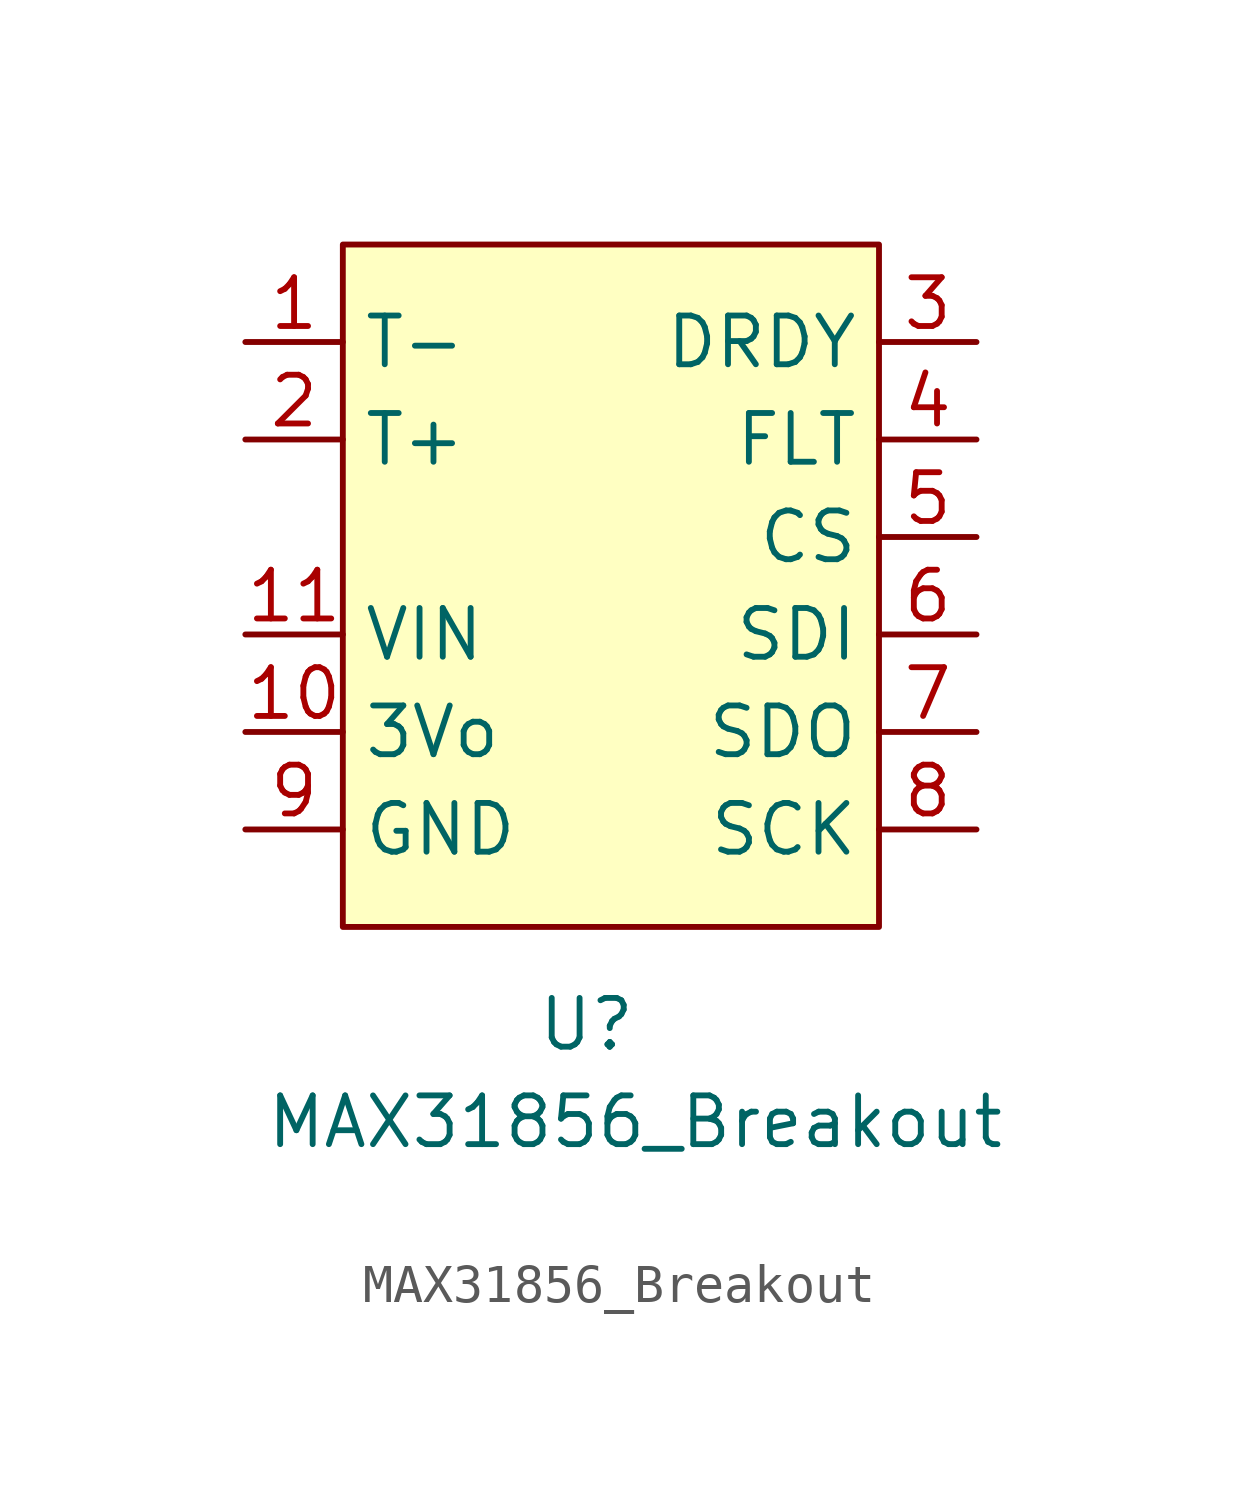
<source format=kicad_sym>
(kicad_symbol_lib
  (version 20211014)
  (generator kicad_symbol_editor)
  (symbol "MAX31856_Breakout"
    (property "Reference" "U"
      (at -1.27 -6.35 0)
      (effects (font (size 1.27 1.27))))
    (property "Value" "MAX31856_Breakout"
      (at 0 -8.89 0)
      (effects (font (size 1.27 1.27))))
    (symbol "MAX31856_Breakout_0_1"
      (rectangle (start -7.62 13.97) (end 6.35 -3.81) (stroke (width 0) (type default) (color 0 0 0 0)) (fill (type background))))
    (symbol "MAX31856_Breakout_1_1"
      (pin input line (at -10.16 11.43 0) (length 2.54) (name "T-" (effects (font (size 1.27 1.27)))) (number "1" (effects (font (size 1.27 1.27)))))
      (pin power_out line (at -10.16 1.27 0) (length 2.54) (name "3Vo" (effects (font (size 1.27 1.27)))) (number "10" (effects (font (size 1.27 1.27)))))
      (pin power_in line (at -10.16 3.81 0) (length 2.54) (name "VIN" (effects (font (size 1.27 1.27)))) (number "11" (effects (font (size 1.27 1.27)))))
      (pin input line (at -10.16 8.89 0) (length 2.54) (name "T+" (effects (font (size 1.27 1.27)))) (number "2" (effects (font (size 1.27 1.27)))))
      (pin output line (at 8.89 11.43 180) (length 2.54) (name "DRDY" (effects (font (size 1.27 1.27)))) (number "3" (effects (font (size 1.27 1.27)))))
      (pin output line (at 8.89 8.89 180) (length 2.54) (name "FLT" (effects (font (size 1.27 1.27)))) (number "4" (effects (font (size 1.27 1.27)))))
      (pin input line (at 8.89 6.35 180) (length 2.54) (name "CS" (effects (font (size 1.27 1.27)))) (number "5" (effects (font (size 1.27 1.27)))))
      (pin input line (at 8.89 3.81 180) (length 2.54) (name "SDI" (effects (font (size 1.27 1.27)))) (number "6" (effects (font (size 1.27 1.27)))))
      (pin tri_state line (at 8.89 1.27 180) (length 2.54) (name "SDO" (effects (font (size 1.27 1.27)))) (number "7" (effects (font (size 1.27 1.27)))))
      (pin input line (at 8.89 -1.27 180) (length 2.54) (name "SCK" (effects (font (size 1.27 1.27)))) (number "8" (effects (font (size 1.27 1.27)))))
      (pin power_in line (at -10.16 -1.27 0) (length 2.54) (name "GND" (effects (font (size 1.27 1.27)))) (number "9" (effects (font (size 1.27 1.27))))))))
</source>
